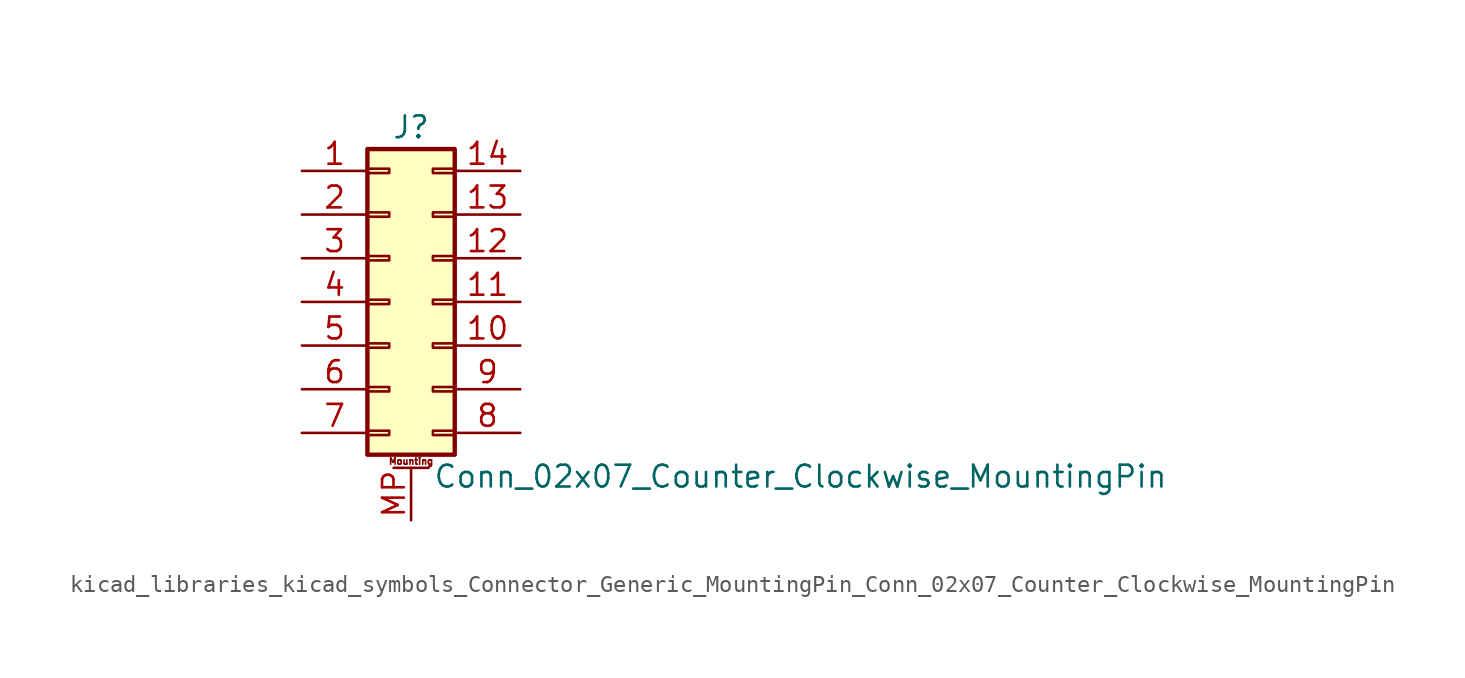
<source format=kicad_sym>
(kicad_symbol_lib
  (version 20220914)
  (generator kicad_symbol_editor)
  (symbol "kicad_libraries_kicad_symbols_Connector_Generic_MountingPin_Conn_02x07_Counter_Clockwise_MountingPin"
    (pin_names
      (offset 1.016) hide)
    (property "Reference" "J"
      (at 1.27 10.16 0)
      (effects (font (size 1.27 1.27))))
    (property "Value" "Conn_02x07_Counter_Clockwise_MountingPin"
      (at 2.54 -10.16 0)
      (effects (font (size 1.27 1.27)) (justify left)))
    (symbol "kicad_libraries_kicad_symbols_Connector_Generic_MountingPin_Conn_02x07_Counter_Clockwise_MountingPin_1_1"
      (rectangle (start -1.27 -7.493) (end 0 -7.747) (stroke (width 0.152) (type default)) (fill (type none)))
      (rectangle (start -1.27 -4.953) (end 0 -5.207) (stroke (width 0.152) (type default)) (fill (type none)))
      (rectangle (start -1.27 -2.413) (end 0 -2.667) (stroke (width 0.152) (type default)) (fill (type none)))
      (rectangle (start -1.27 0.127) (end 0 -0.127) (stroke (width 0.152) (type default)) (fill (type none)))
      (rectangle (start -1.27 2.667) (end 0 2.413) (stroke (width 0.152) (type default)) (fill (type none)))
      (rectangle (start -1.27 5.207) (end 0 4.953) (stroke (width 0.152) (type default)) (fill (type none)))
      (rectangle (start -1.27 7.747) (end 0 7.493) (stroke (width 0.152) (type default)) (fill (type none)))
      (rectangle (start -1.27 8.89) (end 3.81 -8.89) (stroke (width 0.254) (type default)) (fill (type background)))
      (polyline (pts (xy 0.254 -9.652) (xy 2.286 -9.652)) (stroke (width 0.152) (type default)) (fill (type none)))
      (rectangle (start 3.81 -7.493) (end 2.54 -7.747) (stroke (width 0.152) (type default)) (fill (type none)))
      (rectangle (start 3.81 -4.953) (end 2.54 -5.207) (stroke (width 0.152) (type default)) (fill (type none)))
      (rectangle (start 3.81 -2.413) (end 2.54 -2.667) (stroke (width 0.152) (type default)) (fill (type none)))
      (rectangle (start 3.81 0.127) (end 2.54 -0.127) (stroke (width 0.152) (type default)) (fill (type none)))
      (rectangle (start 3.81 2.667) (end 2.54 2.413) (stroke (width 0.152) (type default)) (fill (type none)))
      (rectangle (start 3.81 5.207) (end 2.54 4.953) (stroke (width 0.152) (type default)) (fill (type none)))
      (rectangle (start 3.81 7.747) (end 2.54 7.493) (stroke (width 0.152) (type default)) (fill (type none)))
      (text "Mounting" (at 1.27 -9.271 0) (effects (font (size 0.381 0.381))))
      (pin passive line (at -5.08 7.62 0) (length 3.81) (name "Pin_1" (effects (font (size 1.27 1.27)))) (number "1" (effects (font (size 1.27 1.27)))))
      (pin passive line (at 7.62 -2.54 180) (length 3.81) (name "Pin_10" (effects (font (size 1.27 1.27)))) (number "10" (effects (font (size 1.27 1.27)))))
      (pin passive line (at 7.62 0 180) (length 3.81) (name "Pin_11" (effects (font (size 1.27 1.27)))) (number "11" (effects (font (size 1.27 1.27)))))
      (pin passive line (at 7.62 2.54 180) (length 3.81) (name "Pin_12" (effects (font (size 1.27 1.27)))) (number "12" (effects (font (size 1.27 1.27)))))
      (pin passive line (at 7.62 5.08 180) (length 3.81) (name "Pin_13" (effects (font (size 1.27 1.27)))) (number "13" (effects (font (size 1.27 1.27)))))
      (pin passive line (at 7.62 7.62 180) (length 3.81) (name "Pin_14" (effects (font (size 1.27 1.27)))) (number "14" (effects (font (size 1.27 1.27)))))
      (pin passive line (at -5.08 5.08 0) (length 3.81) (name "Pin_2" (effects (font (size 1.27 1.27)))) (number "2" (effects (font (size 1.27 1.27)))))
      (pin passive line (at -5.08 2.54 0) (length 3.81) (name "Pin_3" (effects (font (size 1.27 1.27)))) (number "3" (effects (font (size 1.27 1.27)))))
      (pin passive line (at -5.08 0 0) (length 3.81) (name "Pin_4" (effects (font (size 1.27 1.27)))) (number "4" (effects (font (size 1.27 1.27)))))
      (pin passive line (at -5.08 -2.54 0) (length 3.81) (name "Pin_5" (effects (font (size 1.27 1.27)))) (number "5" (effects (font (size 1.27 1.27)))))
      (pin passive line (at -5.08 -5.08 0) (length 3.81) (name "Pin_6" (effects (font (size 1.27 1.27)))) (number "6" (effects (font (size 1.27 1.27)))))
      (pin passive line (at -5.08 -7.62 0) (length 3.81) (name "Pin_7" (effects (font (size 1.27 1.27)))) (number "7" (effects (font (size 1.27 1.27)))))
      (pin passive line (at 7.62 -7.62 180) (length 3.81) (name "Pin_8" (effects (font (size 1.27 1.27)))) (number "8" (effects (font (size 1.27 1.27)))))
      (pin passive line (at 7.62 -5.08 180) (length 3.81) (name "Pin_9" (effects (font (size 1.27 1.27)))) (number "9" (effects (font (size 1.27 1.27)))))
      (pin passive line (at 1.27 -12.7 90) (length 3.048) (name "MountPin" (effects (font (size 1.27 1.27)))) (number "MP" (effects (font (size 1.27 1.27))))))))
</source>
